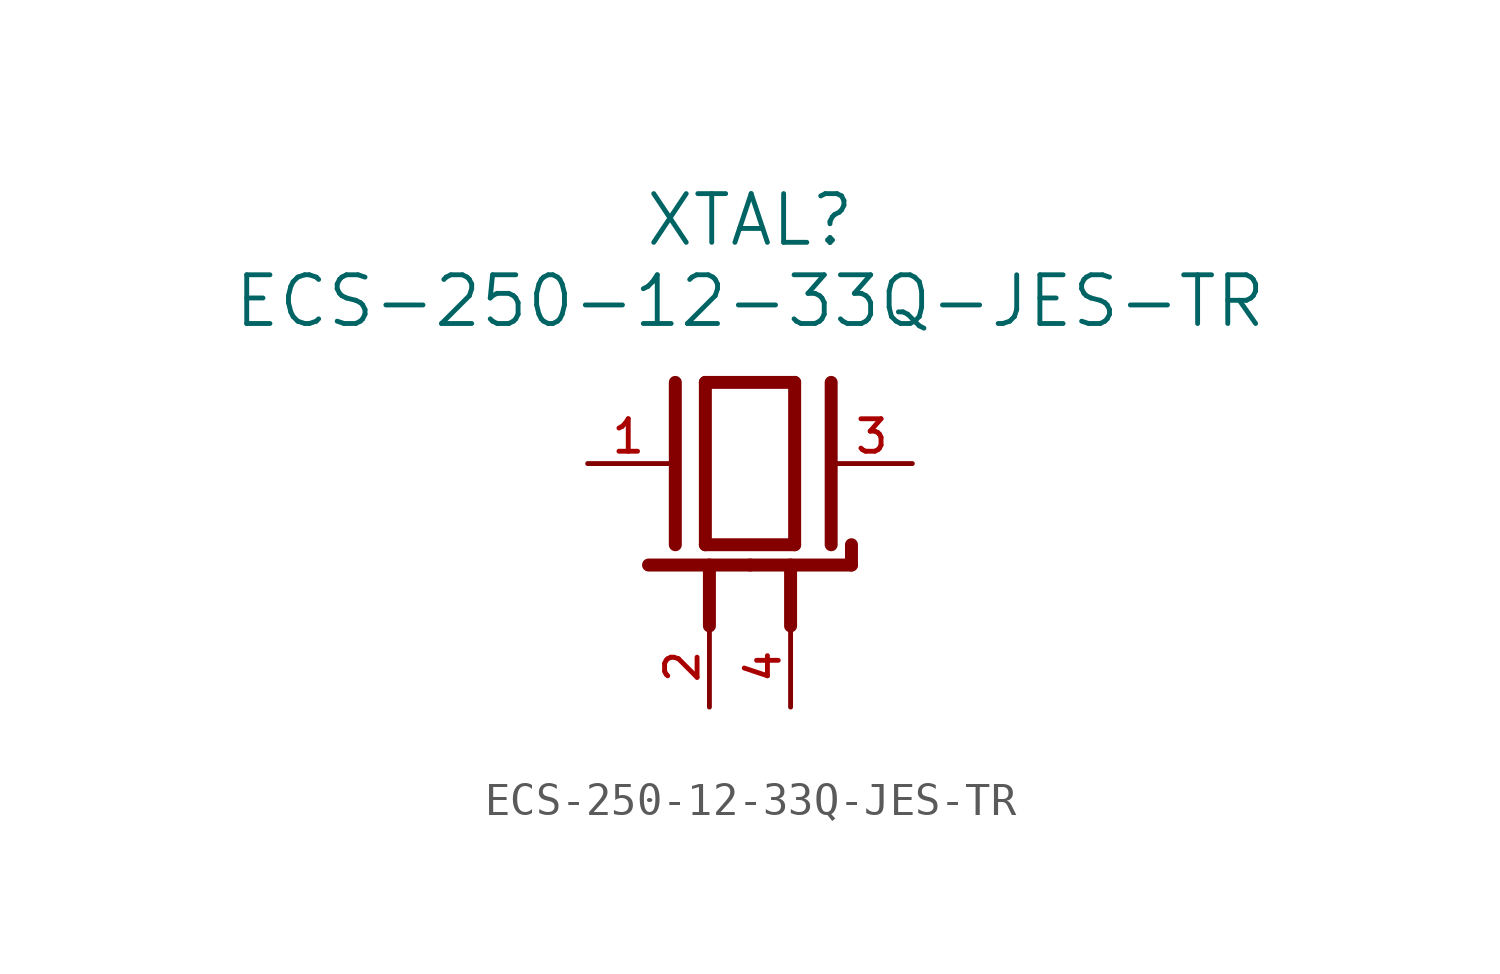
<source format=kicad_sym>
(kicad_symbol_lib
  (version 20211014)
  (generator kicad_symbol_editor)
  (symbol "ECS-250-12-33Q-JES-TR"
    (pin_names
      (offset 0.254))
    (property "Reference" "XTAL"
      (at 0 7.62 0)
      (effects (font (size 1.524 1.524))))
    (property "Value" "ECS-250-12-33Q-JES-TR"
      (at 0 5.08 0)
      (effects (font (size 1.524 1.524))))
    (property "ki_locked" ""
      (at 0 0 0)
      (effects (font (size 1.27 1.27))))
    (symbol "ECS-250-12-33Q-JES-TR_0_0"
      (polyline (pts (xy -3.175 -3.175) (xy 0 -3.175)) (stroke (width 0.406) (type default) (color 0 0 0 0)) (fill (type none)))
      (polyline (pts (xy -2.337 2.54) (xy -2.337 -2.54)) (stroke (width 0.406) (type default) (color 0 0 0 0)) (fill (type none)))
      (polyline (pts (xy -1.397 2.54) (xy -1.397 -2.54)) (stroke (width 0.406) (type default) (color 0 0 0 0)) (fill (type none)))
      (polyline (pts (xy -1.397 2.54) (xy 1.397 2.54)) (stroke (width 0.406) (type default) (color 0 0 0 0)) (fill (type none)))
      (polyline (pts (xy -1.27 -5.08) (xy -1.27 -3.175)) (stroke (width 0.406) (type default) (color 0 0 0 0)) (fill (type none)))
      (polyline (pts (xy 0 -3.175) (xy 3.175 -3.175)) (stroke (width 0.406) (type default) (color 0 0 0 0)) (fill (type none)))
      (polyline (pts (xy 1.27 -5.08) (xy 1.27 -3.175)) (stroke (width 0.406) (type default) (color 0 0 0 0)) (fill (type none)))
      (polyline (pts (xy 1.397 -2.54) (xy -1.397 -2.54)) (stroke (width 0.406) (type default) (color 0 0 0 0)) (fill (type none)))
      (polyline (pts (xy 1.397 2.54) (xy 1.397 -2.54)) (stroke (width 0.406) (type default) (color 0 0 0 0)) (fill (type none)))
      (polyline (pts (xy 2.54 2.54) (xy 2.54 -2.54)) (stroke (width 0.406) (type default) (color 0 0 0 0)) (fill (type none)))
      (polyline (pts (xy 3.175 -3.175) (xy 3.175 -2.54)) (stroke (width 0.406) (type default) (color 0 0 0 0)) (fill (type none)))
      (pin passive line (at -5.08 0 0) (length 2.54) (name "~" (effects (font (size 1.016 1.016)))) (number "1" (effects (font (size 1.016 1.016)))))
      (pin power_in line (at -1.27 -7.62 90) (length 2.54) (name "~" (effects (font (size 1.016 1.016)))) (number "2" (effects (font (size 1.016 1.016)))))
      (pin passive line (at 5.08 0 180) (length 2.54) (name "~" (effects (font (size 1.016 1.016)))) (number "3" (effects (font (size 1.016 1.016)))))
      (pin power_in line (at 1.27 -7.62 90) (length 2.54) (name "~" (effects (font (size 1.016 1.016)))) (number "4" (effects (font (size 1.016 1.016))))))))
</source>
